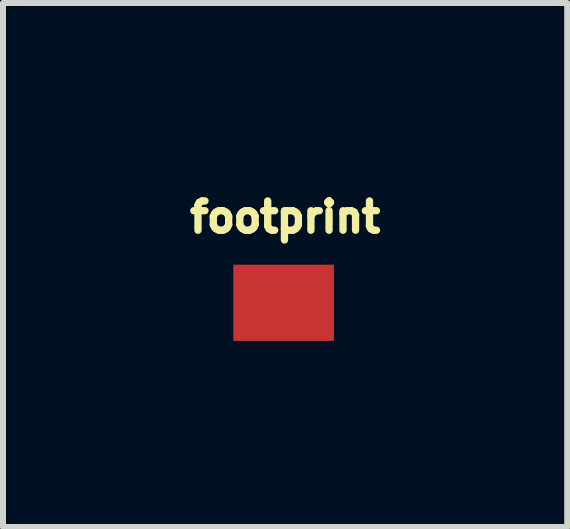
<source format=kicad_pcb>
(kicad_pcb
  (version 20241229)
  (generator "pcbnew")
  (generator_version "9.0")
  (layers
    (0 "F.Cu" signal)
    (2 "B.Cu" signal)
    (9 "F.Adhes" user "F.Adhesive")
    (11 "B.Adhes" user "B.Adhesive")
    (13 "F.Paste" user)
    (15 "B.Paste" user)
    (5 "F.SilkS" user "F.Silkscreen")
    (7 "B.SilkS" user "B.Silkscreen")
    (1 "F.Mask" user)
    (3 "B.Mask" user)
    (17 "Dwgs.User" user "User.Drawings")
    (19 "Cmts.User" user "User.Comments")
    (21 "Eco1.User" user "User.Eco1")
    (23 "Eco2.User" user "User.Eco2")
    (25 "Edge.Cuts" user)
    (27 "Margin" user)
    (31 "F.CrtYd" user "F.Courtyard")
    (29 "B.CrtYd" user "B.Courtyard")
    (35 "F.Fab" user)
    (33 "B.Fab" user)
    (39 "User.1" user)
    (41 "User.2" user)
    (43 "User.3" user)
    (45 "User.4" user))
  (footprint "footprint"
    (layer "F.Cu")
    (at 1.702 1.996)
    (property "Reference" "footprint" (at 0 -1.143 0) (layer "F.SilkS") (effects (font (size 0.488 0.488) (thickness 0.122)) (justify bottom)))
    (fp_poly (pts (xy -0.965 0.737) (xy 0.914 0.737) (xy 0.914 -0.737) (xy -0.965 -0.737)) (stroke (width 0) (type solid)) (fill yes) (layer "F.Paste"))
    (pad "1" smd rect (at -0.025 0) (size 1.676 1.27) (layers "F.Cu" "F.Mask")))
  (gr_rect
    (start -3 -3)
    (end 6.403 5.733)
    (stroke (width 0.1) (type default))
    (fill no)
    (layer "Edge.Cuts")))
</source>
